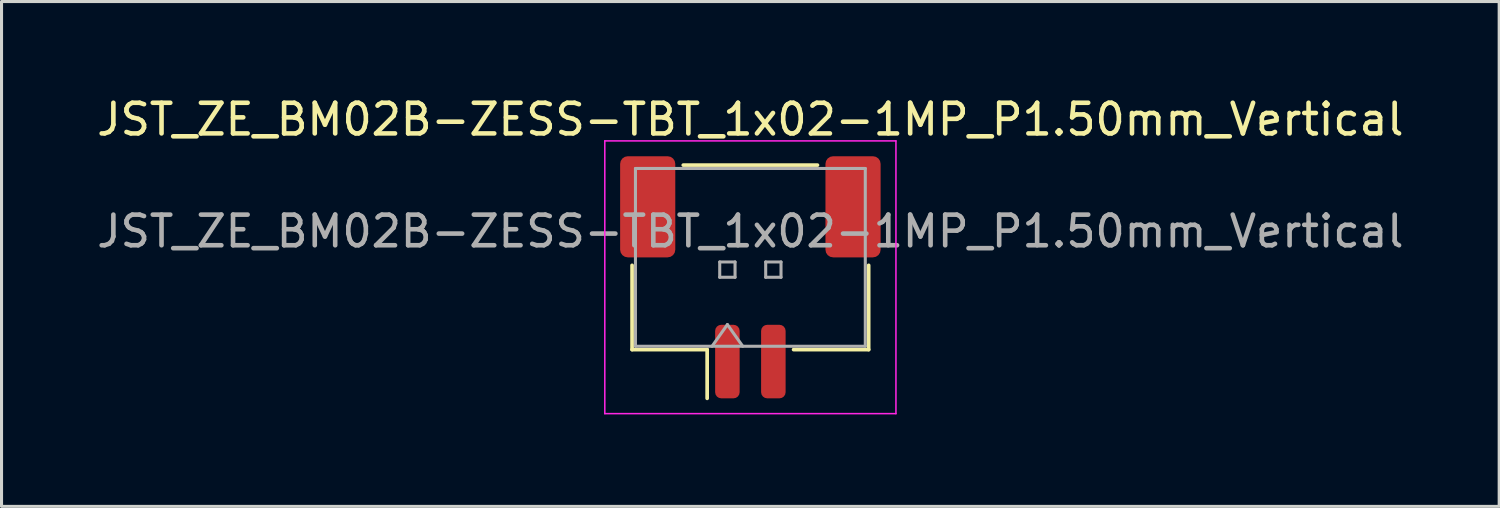
<source format=kicad_pcb>
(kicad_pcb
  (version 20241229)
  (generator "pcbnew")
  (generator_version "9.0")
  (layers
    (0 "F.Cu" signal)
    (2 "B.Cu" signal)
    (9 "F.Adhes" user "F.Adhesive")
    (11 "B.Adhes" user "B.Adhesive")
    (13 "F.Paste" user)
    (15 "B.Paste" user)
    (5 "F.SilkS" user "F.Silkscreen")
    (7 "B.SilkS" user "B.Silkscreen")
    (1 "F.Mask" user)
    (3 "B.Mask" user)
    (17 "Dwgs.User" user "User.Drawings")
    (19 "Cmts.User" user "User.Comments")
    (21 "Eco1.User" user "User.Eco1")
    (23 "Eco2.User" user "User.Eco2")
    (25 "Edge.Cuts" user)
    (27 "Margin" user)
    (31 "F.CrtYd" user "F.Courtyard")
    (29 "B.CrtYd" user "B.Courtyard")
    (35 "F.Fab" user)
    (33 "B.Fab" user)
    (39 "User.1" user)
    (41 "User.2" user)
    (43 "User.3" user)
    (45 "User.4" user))
  (footprint "JST_ZE_BM02B-ZESS-TBT_1x02-1MP_P1.50mm_Vertical"
    (layer "F.Cu")
    (at 21.435 5.998)
    (property "Reference" "JST_ZE_BM02B-ZESS-TBT_1x02-1MP_P1.50mm_Vertical" (at 0 -5.15 0) (layer "F.SilkS") (effects (font (size 1 1) (thickness 0.15))))
    (attr smd)
    (fp_line (start -3.86 -0.39) (end -3.86 2.36) (stroke (width 0.12) (type solid)) (layer "F.SilkS"))
    (fp_line (start -3.86 2.36) (end -1.41 2.36) (stroke (width 0.12) (type solid)) (layer "F.SilkS"))
    (fp_line (start -2.19 -3.66) (end 2.19 -3.66) (stroke (width 0.12) (type solid)) (layer "F.SilkS"))
    (fp_line (start -1.41 2.36) (end -1.41 3.95) (stroke (width 0.12) (type solid)) (layer "F.SilkS"))
    (fp_line (start 3.86 -0.39) (end 3.86 2.36) (stroke (width 0.12) (type solid)) (layer "F.SilkS"))
    (fp_line (start 3.86 2.36) (end 1.41 2.36) (stroke (width 0.12) (type solid)) (layer "F.SilkS"))
    (fp_line (start -4.75 -4.45) (end -4.75 4.45) (stroke (width 0.05) (type solid)) (layer "F.CrtYd"))
    (fp_line (start -4.75 4.45) (end 4.75 4.45) (stroke (width 0.05) (type solid)) (layer "F.CrtYd"))
    (fp_line (start 4.75 -4.45) (end -4.75 -4.45) (stroke (width 0.05) (type solid)) (layer "F.CrtYd"))
    (fp_line (start 4.75 4.45) (end 4.75 -4.45) (stroke (width 0.05) (type solid)) (layer "F.CrtYd"))
    (fp_line (start -3.75 -3.55) (end 3.75 -3.55) (stroke (width 0.1) (type solid)) (layer "F.Fab"))
    (fp_line (start -3.75 2.25) (end -3.75 -3.55) (stroke (width 0.1) (type solid)) (layer "F.Fab"))
    (fp_line (start -3.75 2.25) (end 3.75 2.25) (stroke (width 0.1) (type solid)) (layer "F.Fab"))
    (fp_line (start -1.25 2.25) (end -0.75 1.543) (stroke (width 0.1) (type solid)) (layer "F.Fab"))
    (fp_line (start -1 -0.5) (end -1 0) (stroke (width 0.1) (type solid)) (layer "F.Fab"))
    (fp_line (start -1 0) (end -0.5 0) (stroke (width 0.1) (type solid)) (layer "F.Fab"))
    (fp_line (start -0.75 1.543) (end -0.25 2.25) (stroke (width 0.1) (type solid)) (layer "F.Fab"))
    (fp_line (start -0.5 -0.5) (end -1 -0.5) (stroke (width 0.1) (type solid)) (layer "F.Fab"))
    (fp_line (start -0.5 0) (end -0.5 -0.5) (stroke (width 0.1) (type solid)) (layer "F.Fab"))
    (fp_line (start 0.5 -0.5) (end 0.5 0) (stroke (width 0.1) (type solid)) (layer "F.Fab"))
    (fp_line (start 0.5 0) (end 1 0) (stroke (width 0.1) (type solid)) (layer "F.Fab"))
    (fp_line (start 1 -0.5) (end 0.5 -0.5) (stroke (width 0.1) (type solid)) (layer "F.Fab"))
    (fp_line (start 1 0) (end 1 -0.5) (stroke (width 0.1) (type solid)) (layer "F.Fab"))
    (fp_line (start 3.75 2.25) (end 3.75 -3.55) (stroke (width 0.1) (type solid)) (layer "F.Fab"))
    (fp_text user "${REFERENCE}" (at 0 -1.5 0) (layer "F.Fab") (effects (font (size 1 1) (thickness 0.15))))
    (pad "1" smd roundrect (at -0.75 2.75) (size 0.8 2.4) (layers "F.Cu" "F.Mask" "F.Paste") (roundrect_rratio 0.25))
    (pad "2" smd roundrect (at 0.75 2.75) (size 0.8 2.4) (layers "F.Cu" "F.Mask" "F.Paste") (roundrect_rratio 0.25))
    (pad "MP" smd roundrect (at -3.35 -2.3) (size 1.8 3.3) (layers "F.Cu" "F.Mask" "F.Paste") (roundrect_rratio 0.139))
    (pad "MP" smd roundrect (at 3.35 -2.3) (size 1.8 3.3) (layers "F.Cu" "F.Mask" "F.Paste") (roundrect_rratio 0.139)))
  (gr_rect
    (start -3 -3)
    (end 45.869 13.473)
    (stroke (width 0.1) (type default))
    (fill no)
    (layer "Edge.Cuts")))
</source>
